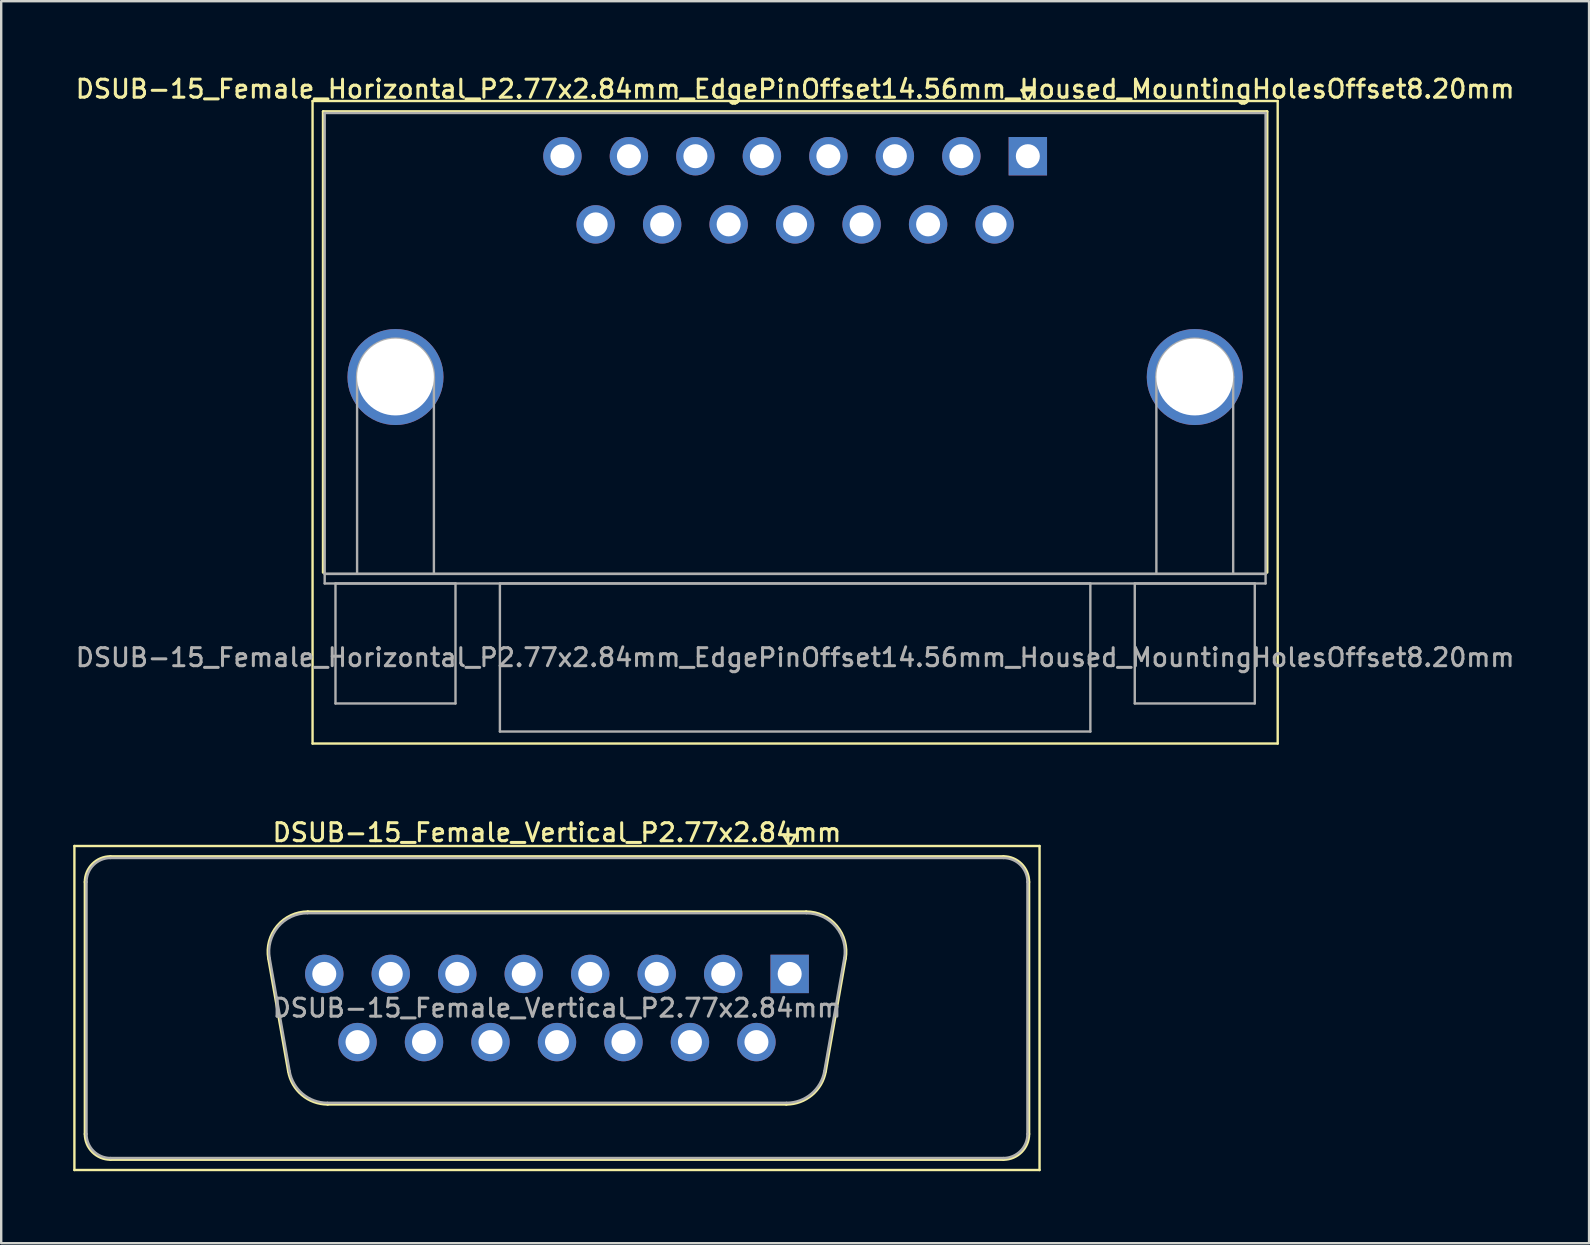
<source format=kicad_pcb>
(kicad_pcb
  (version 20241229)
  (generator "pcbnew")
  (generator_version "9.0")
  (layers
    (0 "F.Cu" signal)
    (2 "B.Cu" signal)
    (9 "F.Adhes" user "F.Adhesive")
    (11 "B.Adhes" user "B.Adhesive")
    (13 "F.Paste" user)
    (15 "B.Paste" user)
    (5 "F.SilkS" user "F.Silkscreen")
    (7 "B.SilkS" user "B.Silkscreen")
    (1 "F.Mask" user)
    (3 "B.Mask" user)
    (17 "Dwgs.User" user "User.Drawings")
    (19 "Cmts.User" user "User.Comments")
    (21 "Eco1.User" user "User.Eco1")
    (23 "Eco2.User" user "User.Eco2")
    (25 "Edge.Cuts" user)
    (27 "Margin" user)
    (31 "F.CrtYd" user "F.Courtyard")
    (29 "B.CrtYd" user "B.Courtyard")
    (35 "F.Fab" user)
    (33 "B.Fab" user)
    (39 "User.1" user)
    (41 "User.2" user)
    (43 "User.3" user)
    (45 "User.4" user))
  (footprint "DSUB-15_Female_Vertical_P2.77x2.84mm"
    (layer "F.Cu")
    (at 29.85 37.526)
    (property "Reference" "DSUB-15_Female_Vertical_P2.77x2.84mm" (at -9.695 -5.89 0) (layer "F.SilkS") (effects (font (size 0.75 0.75) (thickness 0.125))))
    (attr through_hole)
    (fp_line (start -29.8 -5.33) (end -29.8 8.17) (stroke (width 0.1) (type solid)) (layer "F.SilkS"))
    (fp_line (start -29.8 8.17) (end 10.41 8.17) (stroke (width 0.1) (type solid)) (layer "F.SilkS"))
    (fp_line (start -29.355 6.67) (end -29.355 -3.83) (stroke (width 0.12) (type solid)) (layer "F.SilkS"))
    (fp_line (start -28.295 -4.89) (end 8.905 -4.89) (stroke (width 0.12) (type solid)) (layer "F.SilkS"))
    (fp_line (start -21.711 -0.642) (end -20.883 4.058) (stroke (width 0.12) (type solid)) (layer "F.SilkS"))
    (fp_line (start -20.077 -2.59) (end 0.687 -2.59) (stroke (width 0.12) (type solid)) (layer "F.SilkS"))
    (fp_line (start -19.248 5.43) (end -0.142 5.43) (stroke (width 0.12) (type solid)) (layer "F.SilkS"))
    (fp_line (start -0.25 -5.784) (end 0.25 -5.784) (stroke (width 0.12) (type solid)) (layer "F.SilkS"))
    (fp_line (start 0 -5.351) (end -0.25 -5.784) (stroke (width 0.12) (type solid)) (layer "F.SilkS"))
    (fp_line (start 0.25 -5.784) (end 0 -5.351) (stroke (width 0.12) (type solid)) (layer "F.SilkS"))
    (fp_line (start 2.321 -0.642) (end 1.493 4.058) (stroke (width 0.12) (type solid)) (layer "F.SilkS"))
    (fp_line (start 8.905 7.73) (end -28.295 7.73) (stroke (width 0.12) (type solid)) (layer "F.SilkS"))
    (fp_line (start 9.965 -3.83) (end 9.965 6.67) (stroke (width 0.12) (type solid)) (layer "F.SilkS"))
    (fp_line (start 10.41 -5.33) (end -29.8 -5.33) (stroke (width 0.1) (type solid)) (layer "F.SilkS"))
    (fp_line (start 10.41 8.17) (end 10.41 -5.33) (stroke (width 0.1) (type solid)) (layer "F.SilkS"))
    (fp_arc (start -29.355 -3.83) (mid -29.044533 -4.579533) (end -28.295 -4.89) (stroke (width 0.12) (type solid)) (layer "F.SilkS"))
    (fp_arc (start -28.295 7.73) (mid -29.044533 7.419533) (end -29.355 6.67) (stroke (width 0.12) (type solid)) (layer "F.SilkS"))
    (fp_arc (start -21.71147 -0.641744) (mid -21.348323 -1.997027) (end -20.076689 -2.59) (stroke (width 0.12) (type solid)) (layer "F.SilkS"))
    (fp_arc (start -19.247952 5.43) (mid -20.31498 5.041634) (end -20.882733 4.058256) (stroke (width 0.12) (type solid)) (layer "F.SilkS"))
    (fp_arc (start 0.686689 -2.59) (mid 1.958323 -1.997027) (end 2.32147 -0.641744) (stroke (width 0.12) (type solid)) (layer "F.SilkS"))
    (fp_arc (start 1.492733 4.058256) (mid 0.92498 5.041634) (end -0.142048 5.43) (stroke (width 0.12) (type solid)) (layer "F.SilkS"))
    (fp_arc (start 8.905 -4.89) (mid 9.654533 -4.579533) (end 9.965 -3.83) (stroke (width 0.12) (type solid)) (layer "F.SilkS"))
    (fp_arc (start 9.965 6.67) (mid 9.654533 7.419533) (end 8.905 7.73) (stroke (width 0.12) (type solid)) (layer "F.SilkS"))
    (fp_line (start -29.295 6.67) (end -29.295 -3.83) (stroke (width 0.1) (type solid)) (layer "F.Fab"))
    (fp_line (start -28.295 -4.83) (end 8.905 -4.83) (stroke (width 0.1) (type solid)) (layer "F.Fab"))
    (fp_line (start -21.664 -0.652) (end -20.835 4.048) (stroke (width 0.1) (type solid)) (layer "F.Fab"))
    (fp_line (start -20.088 -2.53) (end 0.698 -2.53) (stroke (width 0.1) (type solid)) (layer "F.Fab"))
    (fp_line (start -19.259 5.37) (end -0.131 5.37) (stroke (width 0.1) (type solid)) (layer "F.Fab"))
    (fp_line (start 2.274 -0.652) (end 1.445 4.048) (stroke (width 0.1) (type solid)) (layer "F.Fab"))
    (fp_line (start 8.905 7.67) (end -28.295 7.67) (stroke (width 0.1) (type solid)) (layer "F.Fab"))
    (fp_line (start 9.905 -3.83) (end 9.905 6.67) (stroke (width 0.1) (type solid)) (layer "F.Fab"))
    (fp_arc (start -29.295 -3.83) (mid -29.002107 -4.537107) (end -28.295 -4.83) (stroke (width 0.1) (type solid)) (layer "F.Fab"))
    (fp_arc (start -28.295 7.67) (mid -29.002107 7.377107) (end -29.295 6.67) (stroke (width 0.1) (type solid)) (layer "F.Fab"))
    (fp_arc (start -21.663887 -0.652163) (mid -21.313865 -1.95846) (end -20.088194 -2.53) (stroke (width 0.1) (type solid)) (layer "F.Fab"))
    (fp_arc (start -19.259457 5.37) (mid -20.287918 4.995671) (end -20.83515 4.047837) (stroke (width 0.1) (type solid)) (layer "F.Fab"))
    (fp_arc (start 0.698194 -2.53) (mid 1.923865 -1.95846) (end 2.273887 -0.652163) (stroke (width 0.1) (type solid)) (layer "F.Fab"))
    (fp_arc (start 1.44515 4.047837) (mid 0.897918 4.995671) (end -0.130543 5.37) (stroke (width 0.1) (type solid)) (layer "F.Fab"))
    (fp_arc (start 8.905 -4.83) (mid 9.612107 -4.537107) (end 9.905 -3.83) (stroke (width 0.1) (type solid)) (layer "F.Fab"))
    (fp_arc (start 9.905 6.67) (mid 9.612107 7.377107) (end 8.905 7.67) (stroke (width 0.1) (type solid)) (layer "F.Fab"))
    (fp_text user "${REFERENCE}" (at -9.695 1.42 0) (layer "F.Fab") (effects (font (size 0.75 0.75) (thickness 0.125))))
    (pad "1" thru_hole rect (at 0 0) (size 1.6 1.6) (drill 1) (layers "*.Cu" "*.Mask"))
    (pad "2" thru_hole circle (at -2.77 0) (size 1.6 1.6) (drill 1) (layers "*.Cu" "*.Mask"))
    (pad "3" thru_hole circle (at -5.54 0) (size 1.6 1.6) (drill 1) (layers "*.Cu" "*.Mask"))
    (pad "4" thru_hole circle (at -8.31 0) (size 1.6 1.6) (drill 1) (layers "*.Cu" "*.Mask"))
    (pad "5" thru_hole circle (at -11.08 0) (size 1.6 1.6) (drill 1) (layers "*.Cu" "*.Mask"))
    (pad "6" thru_hole circle (at -13.85 0) (size 1.6 1.6) (drill 1) (layers "*.Cu" "*.Mask"))
    (pad "7" thru_hole circle (at -16.62 0) (size 1.6 1.6) (drill 1) (layers "*.Cu" "*.Mask"))
    (pad "8" thru_hole circle (at -19.39 0) (size 1.6 1.6) (drill 1) (layers "*.Cu" "*.Mask"))
    (pad "9" thru_hole circle (at -1.385 2.84) (size 1.6 1.6) (drill 1) (layers "*.Cu" "*.Mask"))
    (pad "10" thru_hole circle (at -4.155 2.84) (size 1.6 1.6) (drill 1) (layers "*.Cu" "*.Mask"))
    (pad "11" thru_hole circle (at -6.925 2.84) (size 1.6 1.6) (drill 1) (layers "*.Cu" "*.Mask"))
    (pad "12" thru_hole circle (at -9.695 2.84) (size 1.6 1.6) (drill 1) (layers "*.Cu" "*.Mask"))
    (pad "13" thru_hole circle (at -12.465 2.84) (size 1.6 1.6) (drill 1) (layers "*.Cu" "*.Mask"))
    (pad "14" thru_hole circle (at -15.235 2.84) (size 1.6 1.6) (drill 1) (layers "*.Cu" "*.Mask"))
    (pad "15" thru_hole circle (at -18.005 2.84) (size 1.6 1.6) (drill 1) (layers "*.Cu" "*.Mask")))
  (footprint "DSUB-15_Female_Horizontal_P2.77x2.84mm_EdgePinOffset14.56mm_Housed_MountingHolesOffset8.20mm"
    (layer "F.Cu")
    (at 39.772 3.458)
    (property "Reference" "DSUB-15_Female_Horizontal_P2.77x2.84mm_EdgePinOffset14.56mm_Housed_MountingHolesOffset8.20mm" (at -9.695 -2.8 0) (layer "F.SilkS") (effects (font (size 0.75 0.75) (thickness 0.125))))
    (attr through_hole)
    (fp_line (start -29.8 -2.3) (end -29.8 24.47) (stroke (width 0.1) (type solid)) (layer "F.SilkS"))
    (fp_line (start -29.8 24.47) (end 10.41 24.47) (stroke (width 0.1) (type solid)) (layer "F.SilkS"))
    (fp_line (start -29.355 -1.86) (end 9.965 -1.86) (stroke (width 0.12) (type solid)) (layer "F.SilkS"))
    (fp_line (start -29.355 17.34) (end -29.355 -1.86) (stroke (width 0.12) (type solid)) (layer "F.SilkS"))
    (fp_line (start -0.25 -2.754) (end 0.25 -2.754) (stroke (width 0.12) (type solid)) (layer "F.SilkS"))
    (fp_line (start 0 -2.321) (end -0.25 -2.754) (stroke (width 0.12) (type solid)) (layer "F.SilkS"))
    (fp_line (start 0.25 -2.754) (end 0 -2.321) (stroke (width 0.12) (type solid)) (layer "F.SilkS"))
    (fp_line (start 9.965 -1.86) (end 9.965 17.34) (stroke (width 0.12) (type solid)) (layer "F.SilkS"))
    (fp_line (start 10.41 -2.3) (end -29.8 -2.3) (stroke (width 0.1) (type solid)) (layer "F.SilkS"))
    (fp_line (start 10.41 24.47) (end 10.41 -2.3) (stroke (width 0.1) (type solid)) (layer "F.SilkS"))
    (fp_line (start -29.295 -1.8) (end -29.295 17.4) (stroke (width 0.1) (type solid)) (layer "F.Fab"))
    (fp_line (start -29.295 17.4) (end -29.295 17.8) (stroke (width 0.1) (type solid)) (layer "F.Fab"))
    (fp_line (start -29.295 17.4) (end 9.905 17.4) (stroke (width 0.1) (type solid)) (layer "F.Fab"))
    (fp_line (start -29.295 17.8) (end 9.905 17.8) (stroke (width 0.1) (type solid)) (layer "F.Fab"))
    (fp_line (start -28.845 17.8) (end -28.845 22.8) (stroke (width 0.1) (type solid)) (layer "F.Fab"))
    (fp_line (start -28.845 22.8) (end -23.845 22.8) (stroke (width 0.1) (type solid)) (layer "F.Fab"))
    (fp_line (start -27.945 17.4) (end -27.945 9.2) (stroke (width 0.1) (type solid)) (layer "F.Fab"))
    (fp_line (start -24.745 17.4) (end -24.745 9.2) (stroke (width 0.1) (type solid)) (layer "F.Fab"))
    (fp_line (start -23.845 17.8) (end -28.845 17.8) (stroke (width 0.1) (type solid)) (layer "F.Fab"))
    (fp_line (start -23.845 22.8) (end -23.845 17.8) (stroke (width 0.1) (type solid)) (layer "F.Fab"))
    (fp_line (start -21.995 17.8) (end -21.995 23.97) (stroke (width 0.1) (type solid)) (layer "F.Fab"))
    (fp_line (start -21.995 23.97) (end 2.605 23.97) (stroke (width 0.1) (type solid)) (layer "F.Fab"))
    (fp_line (start 2.605 17.8) (end -21.995 17.8) (stroke (width 0.1) (type solid)) (layer "F.Fab"))
    (fp_line (start 2.605 23.97) (end 2.605 17.8) (stroke (width 0.1) (type solid)) (layer "F.Fab"))
    (fp_line (start 4.455 17.8) (end 4.455 22.8) (stroke (width 0.1) (type solid)) (layer "F.Fab"))
    (fp_line (start 4.455 22.8) (end 9.455 22.8) (stroke (width 0.1) (type solid)) (layer "F.Fab"))
    (fp_line (start 5.355 17.4) (end 5.355 9.2) (stroke (width 0.1) (type solid)) (layer "F.Fab"))
    (fp_line (start 8.555 17.4) (end 8.555 9.2) (stroke (width 0.1) (type solid)) (layer "F.Fab"))
    (fp_line (start 9.455 17.8) (end 4.455 17.8) (stroke (width 0.1) (type solid)) (layer "F.Fab"))
    (fp_line (start 9.455 22.8) (end 9.455 17.8) (stroke (width 0.1) (type solid)) (layer "F.Fab"))
    (fp_line (start 9.905 -1.8) (end -29.295 -1.8) (stroke (width 0.1) (type solid)) (layer "F.Fab"))
    (fp_line (start 9.905 17.4) (end -29.295 17.4) (stroke (width 0.1) (type solid)) (layer "F.Fab"))
    (fp_line (start 9.905 17.4) (end 9.905 -1.8) (stroke (width 0.1) (type solid)) (layer "F.Fab"))
    (fp_line (start 9.905 17.8) (end 9.905 17.4) (stroke (width 0.1) (type solid)) (layer "F.Fab"))
    (fp_arc (start -27.945 9.2) (mid -26.345 7.6) (end -24.745 9.2) (stroke (width 0.1) (type solid)) (layer "F.Fab"))
    (fp_arc (start 5.355 9.2) (mid 6.955 7.6) (end 8.555 9.2) (stroke (width 0.1) (type solid)) (layer "F.Fab"))
    (fp_text user "${REFERENCE}" (at -9.695 20.885 0) (layer "F.Fab") (effects (font (size 0.75 0.75) (thickness 0.125))))
    (pad "0" thru_hole circle (at -26.345 9.2) (size 4 4) (drill 3.2) (layers "*.Cu" "*.Mask"))
    (pad "0" thru_hole circle (at 6.955 9.2) (size 4 4) (drill 3.2) (layers "*.Cu" "*.Mask"))
    (pad "1" thru_hole rect (at 0 0) (size 1.6 1.6) (drill 1) (layers "*.Cu" "*.Mask"))
    (pad "2" thru_hole circle (at -2.77 0) (size 1.6 1.6) (drill 1) (layers "*.Cu" "*.Mask"))
    (pad "3" thru_hole circle (at -5.54 0) (size 1.6 1.6) (drill 1) (layers "*.Cu" "*.Mask"))
    (pad "4" thru_hole circle (at -8.31 0) (size 1.6 1.6) (drill 1) (layers "*.Cu" "*.Mask"))
    (pad "5" thru_hole circle (at -11.08 0) (size 1.6 1.6) (drill 1) (layers "*.Cu" "*.Mask"))
    (pad "6" thru_hole circle (at -13.85 0) (size 1.6 1.6) (drill 1) (layers "*.Cu" "*.Mask"))
    (pad "7" thru_hole circle (at -16.62 0) (size 1.6 1.6) (drill 1) (layers "*.Cu" "*.Mask"))
    (pad "8" thru_hole circle (at -19.39 0) (size 1.6 1.6) (drill 1) (layers "*.Cu" "*.Mask"))
    (pad "9" thru_hole circle (at -1.385 2.84) (size 1.6 1.6) (drill 1) (layers "*.Cu" "*.Mask"))
    (pad "10" thru_hole circle (at -4.155 2.84) (size 1.6 1.6) (drill 1) (layers "*.Cu" "*.Mask"))
    (pad "11" thru_hole circle (at -6.925 2.84) (size 1.6 1.6) (drill 1) (layers "*.Cu" "*.Mask"))
    (pad "12" thru_hole circle (at -9.695 2.84) (size 1.6 1.6) (drill 1) (layers "*.Cu" "*.Mask"))
    (pad "13" thru_hole circle (at -12.465 2.84) (size 1.6 1.6) (drill 1) (layers "*.Cu" "*.Mask"))
    (pad "14" thru_hole circle (at -15.235 2.84) (size 1.6 1.6) (drill 1) (layers "*.Cu" "*.Mask"))
    (pad "15" thru_hole circle (at -18.005 2.84) (size 1.6 1.6) (drill 1) (layers "*.Cu" "*.Mask")))
  (gr_rect
    (start -3 -3)
    (end 63.154 48.746)
    (stroke (width 0.1) (type default))
    (fill no)
    (layer "Edge.Cuts")))
</source>
